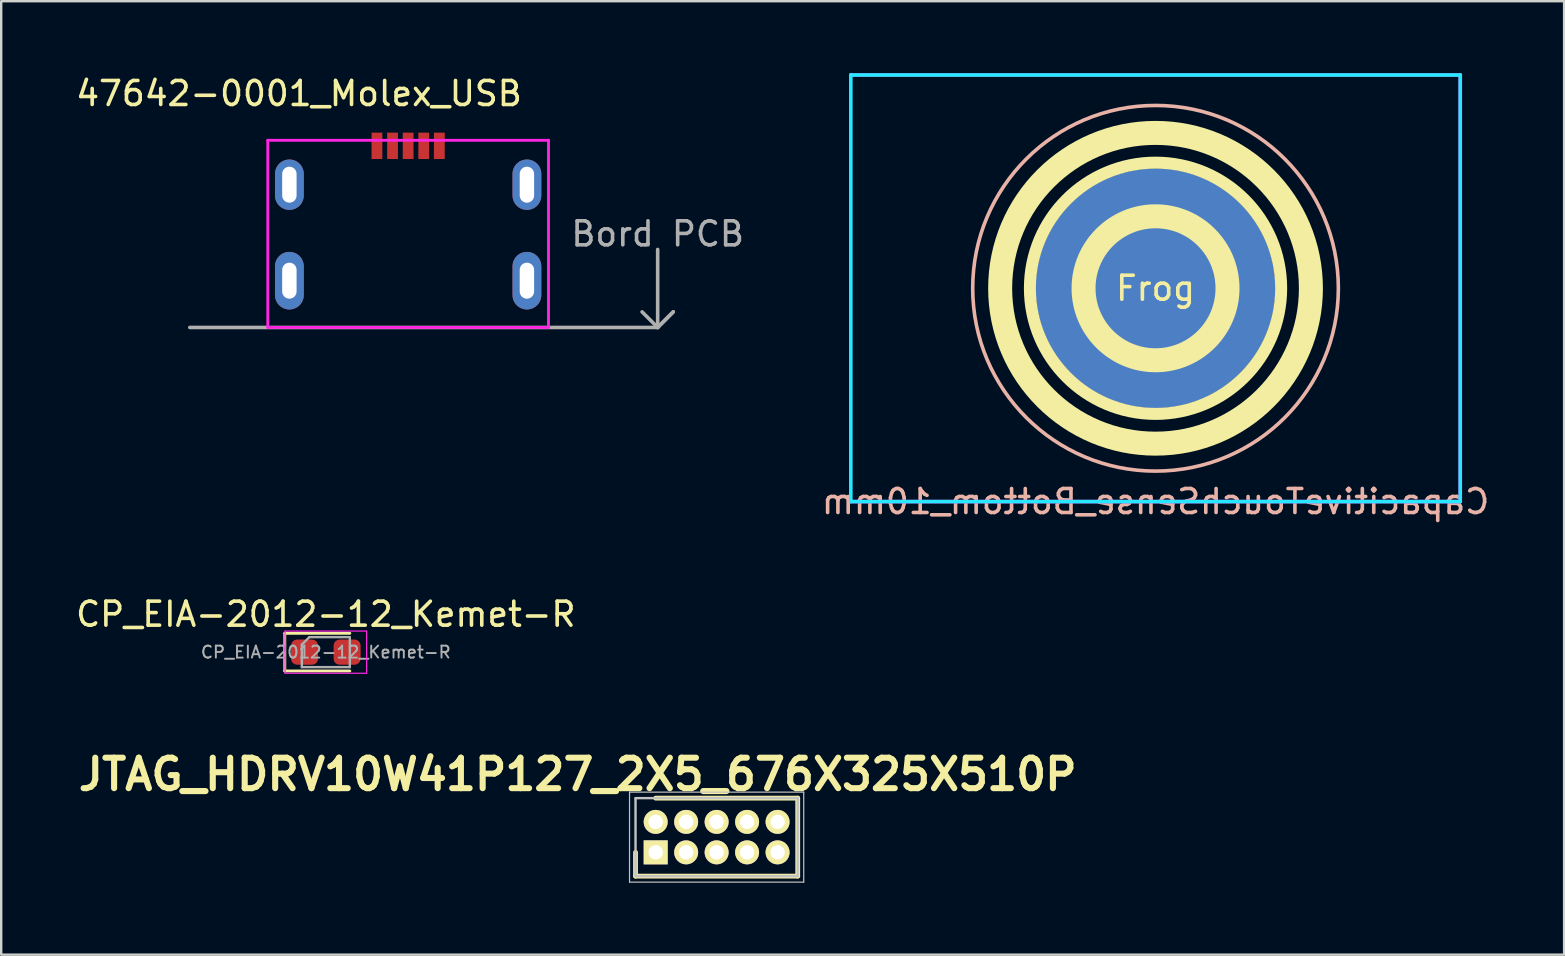
<source format=kicad_pcb>
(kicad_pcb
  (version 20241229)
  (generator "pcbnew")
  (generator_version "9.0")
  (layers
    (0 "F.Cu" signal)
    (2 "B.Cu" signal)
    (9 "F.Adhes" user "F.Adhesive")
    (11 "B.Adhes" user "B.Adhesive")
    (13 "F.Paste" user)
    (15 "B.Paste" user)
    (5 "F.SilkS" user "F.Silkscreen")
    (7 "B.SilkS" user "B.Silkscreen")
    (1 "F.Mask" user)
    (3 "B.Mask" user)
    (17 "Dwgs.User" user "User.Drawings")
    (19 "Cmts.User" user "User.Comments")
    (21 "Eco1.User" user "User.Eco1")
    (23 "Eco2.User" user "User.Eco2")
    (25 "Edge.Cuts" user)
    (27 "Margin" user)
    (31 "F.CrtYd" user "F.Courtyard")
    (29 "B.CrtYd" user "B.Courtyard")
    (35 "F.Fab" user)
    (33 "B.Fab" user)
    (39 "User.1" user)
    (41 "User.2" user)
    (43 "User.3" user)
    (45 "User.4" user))
  (footprint "CP_EIA-2012-12_Kemet-R"
    (layer "F.Cu")
    (at 10.53 24.131)
    (property "Reference" "CP_EIA-2012-12_Kemet-R" (at 0 -1.58 0) (layer "F.SilkS") (effects (font (size 1 1) (thickness 0.15))))
    (attr smd)
    (fp_line (start -1.71 -0.785) (end -1.71 0.785) (stroke (width 0.12) (type solid)) (layer "F.SilkS"))
    (fp_line (start -1.71 0.785) (end 1 0.785) (stroke (width 0.12) (type solid)) (layer "F.SilkS"))
    (fp_line (start 1 -0.785) (end -1.71 -0.785) (stroke (width 0.12) (type solid)) (layer "F.SilkS"))
    (fp_line (start -1.7 -0.88) (end 1.7 -0.88) (stroke (width 0.05) (type solid)) (layer "F.CrtYd"))
    (fp_line (start -1.7 0.88) (end -1.7 -0.88) (stroke (width 0.05) (type solid)) (layer "F.CrtYd"))
    (fp_line (start 1.7 -0.88) (end 1.7 0.88) (stroke (width 0.05) (type solid)) (layer "F.CrtYd"))
    (fp_line (start 1.7 0.88) (end -1.7 0.88) (stroke (width 0.05) (type solid)) (layer "F.CrtYd"))
    (fp_line (start -1 -0.312) (end -1 0.625) (stroke (width 0.1) (type solid)) (layer "F.Fab"))
    (fp_line (start -1 0.625) (end 1 0.625) (stroke (width 0.1) (type solid)) (layer "F.Fab"))
    (fp_line (start -0.688 -0.625) (end -1 -0.312) (stroke (width 0.1) (type solid)) (layer "F.Fab"))
    (fp_line (start 1 -0.625) (end -0.688 -0.625) (stroke (width 0.1) (type solid)) (layer "F.Fab"))
    (fp_line (start 1 0.625) (end 1 -0.625) (stroke (width 0.1) (type solid)) (layer "F.Fab"))
    (fp_text user "${REFERENCE}" (at 0 0 0) (layer "F.Fab") (effects (font (size 0.5 0.5) (thickness 0.08))))
    (pad "1" smd roundrect (at -0.887 0) (size 1.125 1.05) (layers "F.Cu" "F.Mask" "F.Paste") (roundrect_rratio 0.238))
    (pad "2" smd roundrect (at 0.887 0) (size 1.125 1.05) (layers "F.Cu" "F.Mask" "F.Paste") (roundrect_rratio 0.238)))
  (footprint "JTAG_HDRV10W41P127_2X5_676X325X510P"
    (layer "F.Cu")
    (at 24.278 32.475)
    (property "Reference" "JTAG_HDRV10W41P127_2X5_676X325X510P" (at -3.25 -3.25 0) (layer "F.SilkS") (effects (font (size 1.27 1.27) (thickness 0.254))))
    (attr through_hole)
    (fp_line (start -0.84 0) (end -0.84 0.99) (stroke (width 0.2) (type solid)) (layer "F.SilkS"))
    (fp_line (start -0.84 0.99) (end 5.92 0.99) (stroke (width 0.2) (type solid)) (layer "F.SilkS"))
    (fp_line (start 5.92 -2.26) (end 0 -2.26) (stroke (width 0.2) (type solid)) (layer "F.SilkS"))
    (fp_line (start 5.92 0.99) (end 5.92 -2.26) (stroke (width 0.2) (type solid)) (layer "F.SilkS"))
    (fp_line (start -1.09 -2.51) (end 6.17 -2.51) (stroke (width 0.05) (type solid)) (layer "Dwgs.User"))
    (fp_line (start -1.09 1.24) (end -1.09 -2.51) (stroke (width 0.05) (type solid)) (layer "Dwgs.User"))
    (fp_line (start -0.84 -2.26) (end 5.92 -2.26) (stroke (width 0.1) (type solid)) (layer "Dwgs.User"))
    (fp_line (start -0.84 0.99) (end -0.84 -2.26) (stroke (width 0.1) (type solid)) (layer "Dwgs.User"))
    (fp_line (start 5.92 -2.26) (end 5.92 0.99) (stroke (width 0.1) (type solid)) (layer "Dwgs.User"))
    (fp_line (start 5.92 0.99) (end -0.84 0.99) (stroke (width 0.1) (type solid)) (layer "Dwgs.User"))
    (fp_line (start 6.17 -2.51) (end 6.17 1.24) (stroke (width 0.05) (type solid)) (layer "Dwgs.User"))
    (fp_line (start 6.17 1.24) (end -1.09 1.24) (stroke (width 0.05) (type solid)) (layer "Dwgs.User"))
    (pad "1" thru_hole rect (at 0 0 90) (size 1 1) (drill 0.6) (layers "*.Cu" "*.Mask" "F.SilkS"))
    (pad "2" thru_hole circle (at 0 -1.27 90) (size 1 1) (drill 0.6) (layers "*.Cu" "*.Mask" "F.SilkS"))
    (pad "3" thru_hole circle (at 1.27 0 90) (size 1 1) (drill 0.6) (layers "*.Cu" "*.Mask" "F.SilkS"))
    (pad "4" thru_hole circle (at 1.27 -1.27 90) (size 1 1) (drill 0.6) (layers "*.Cu" "*.Mask" "F.SilkS"))
    (pad "5" thru_hole circle (at 2.54 0 90) (size 1 1) (drill 0.6) (layers "*.Cu" "*.Mask" "F.SilkS"))
    (pad "6" thru_hole circle (at 2.54 -1.27 90) (size 1 1) (drill 0.6) (layers "*.Cu" "*.Mask" "F.SilkS"))
    (pad "7" thru_hole circle (at 3.81 0 90) (size 1 1) (drill 0.6) (layers "*.Cu" "*.Mask" "F.SilkS"))
    (pad "8" thru_hole circle (at 3.81 -1.27 90) (size 1 1) (drill 0.6) (layers "*.Cu" "*.Mask" "F.SilkS"))
    (pad "9" thru_hole circle (at 5.08 0 90) (size 1 1) (drill 0.6) (layers "*.Cu" "*.Mask" "F.SilkS"))
    (pad "10" thru_hole circle (at 5.08 -1.27 90) (size 1 1) (drill 0.6) (layers "*.Cu" "*.Mask" "F.SilkS")))
  (footprint "CapacitiveTouchSense_Bottom_10mm"
    (layer "F.Cu")
    (at 45.111 8.965)
    (property "Reference" "CapacitiveTouchSense_Bottom_10mm" (at 0 8.89 0) (layer "B.SilkS") (effects (font (size 1 1) (thickness 0.15)) (justify mirror)))
    (attr smd)
    (fp_circle (center 0 0) (end 3 0) (stroke (width 1) (type solid)) (fill no) (layer "F.SilkS"))
    (fp_circle (center 0 0) (end 5.236 0) (stroke (width 0.5) (type solid)) (fill no) (layer "F.SilkS"))
    (fp_circle (center 0 0) (end 6.476 0) (stroke (width 1) (type solid)) (fill no) (layer "F.SilkS"))
    (fp_circle (center 0 0) (end 7.62 0) (stroke (width 0.15) (type solid)) (fill no) (layer "B.SilkS"))
    (fp_line (start -12.7 -8.89) (end 12.7 -8.89) (stroke (width 0.15) (type solid)) (layer "B.CrtYd"))
    (fp_line (start -12.7 8.89) (end -12.7 -8.89) (stroke (width 0.15) (type solid)) (layer "B.CrtYd"))
    (fp_line (start 12.7 -8.89) (end 12.7 8.89) (stroke (width 0.15) (type solid)) (layer "B.CrtYd"))
    (fp_line (start 12.7 8.89) (end -12.7 8.89) (stroke (width 0.15) (type solid)) (layer "B.CrtYd"))
    (fp_line (start -12.7 -8.89) (end 12.7 -8.89) (stroke (width 0.15) (type solid)) (layer "F.CrtYd"))
    (fp_line (start 12.7 -8.89) (end 12.7 8.89) (stroke (width 0.15) (type solid)) (layer "F.CrtYd"))
    (fp_line (start 12.7 8.89) (end -12.7 8.89) (stroke (width 0.15) (type solid)) (layer "F.CrtYd"))
    (fp_text user "Frog" (at 0 0 0) (layer "F.SilkS") (effects (font (size 1 1) (thickness 0.15))))
    (pad "1" smd circle (at 0 0) (size 10 10) (layers "B.Cu" "B.Mask" "B.Paste")))
  (footprint "47642-0001_Molex_USB"
    (layer "F.Cu")
    (at 13.961 10.598)
    (property "Reference" "47642-0001_Molex_USB" (at -4.55 -9.75 0) (layer "F.SilkS") (effects (font (size 1 1) (thickness 0.15))))
    (attr through_hole)
    (fp_line (start -5.85 -7.8) (end 5.85 -7.8) (stroke (width 0.12) (type solid)) (layer "F.CrtYd"))
    (fp_line (start -5.85 0) (end -5.85 -7.8) (stroke (width 0.12) (type solid)) (layer "F.CrtYd"))
    (fp_line (start 5.85 -7.8) (end 5.85 0) (stroke (width 0.12) (type solid)) (layer "F.CrtYd"))
    (fp_line (start 5.85 0) (end -5.85 0) (stroke (width 0.12) (type solid)) (layer "F.CrtYd"))
    (fp_line (start -9.1 0) (end 10.4 0) (stroke (width 0.15) (type solid)) (layer "F.Fab"))
    (fp_line (start 10.4 -3.25) (end 10.4 0) (stroke (width 0.15) (type solid)) (layer "F.Fab"))
    (fp_line (start 10.4 0) (end 9.75 -0.65) (stroke (width 0.15) (type solid)) (layer "F.Fab"))
    (fp_line (start 10.4 0) (end 11.05 -0.65) (stroke (width 0.15) (type solid)) (layer "F.Fab"))
    (fp_line (start 11.05 -0.65) (end 10.4 0) (stroke (width 0.15) (type solid)) (layer "F.Fab"))
    (fp_text user "Bord PCB" (at 10.4 -3.9 0) (layer "F.Fab") (effects (font (size 1 1) (thickness 0.15))))
    (pad "1" smd rect (at -1.3 -7.57) (size 0.45 1.1) (layers "F.Cu" "F.Mask" "F.Paste"))
    (pad "2" smd rect (at -0.65 -7.57) (size 0.45 1.1) (layers "F.Cu" "F.Mask" "F.Paste"))
    (pad "3" smd rect (at 0 -7.57) (size 0.45 1.1) (layers "F.Cu" "F.Mask" "F.Paste"))
    (pad "4" smd rect (at 0.65 -7.57) (size 0.45 1.1) (layers "F.Cu" "F.Mask" "F.Paste"))
    (pad "5" smd rect (at 1.3 -7.57) (size 0.45 1.1) (layers "F.Cu" "F.Mask" "F.Paste"))
    (pad "GND" thru_hole oval (at -4.95 -5.95) (size 1.2 2.1) (drill oval 0.6 1.5) (layers "*.Cu" "*.Mask"))
    (pad "GND" thru_hole oval (at -4.95 -1.95) (size 1.2 2.4) (drill oval 0.6 1.5) (layers "*.Cu" "*.Mask"))
    (pad "GND" thru_hole oval (at 4.95 -5.95) (size 1.2 2.1) (drill oval 0.6 1.5) (layers "*.Cu" "*.Mask"))
    (pad "GND" thru_hole oval (at 4.95 -1.95) (size 1.2 2.4) (drill oval 0.6 1.5) (layers "*.Cu" "*.Mask")))
  (gr_rect
    (start -3 -3)
    (end 62.14 36.74)
    (stroke (width 0.1) (type default))
    (fill no)
    (layer "Edge.Cuts")))
</source>
